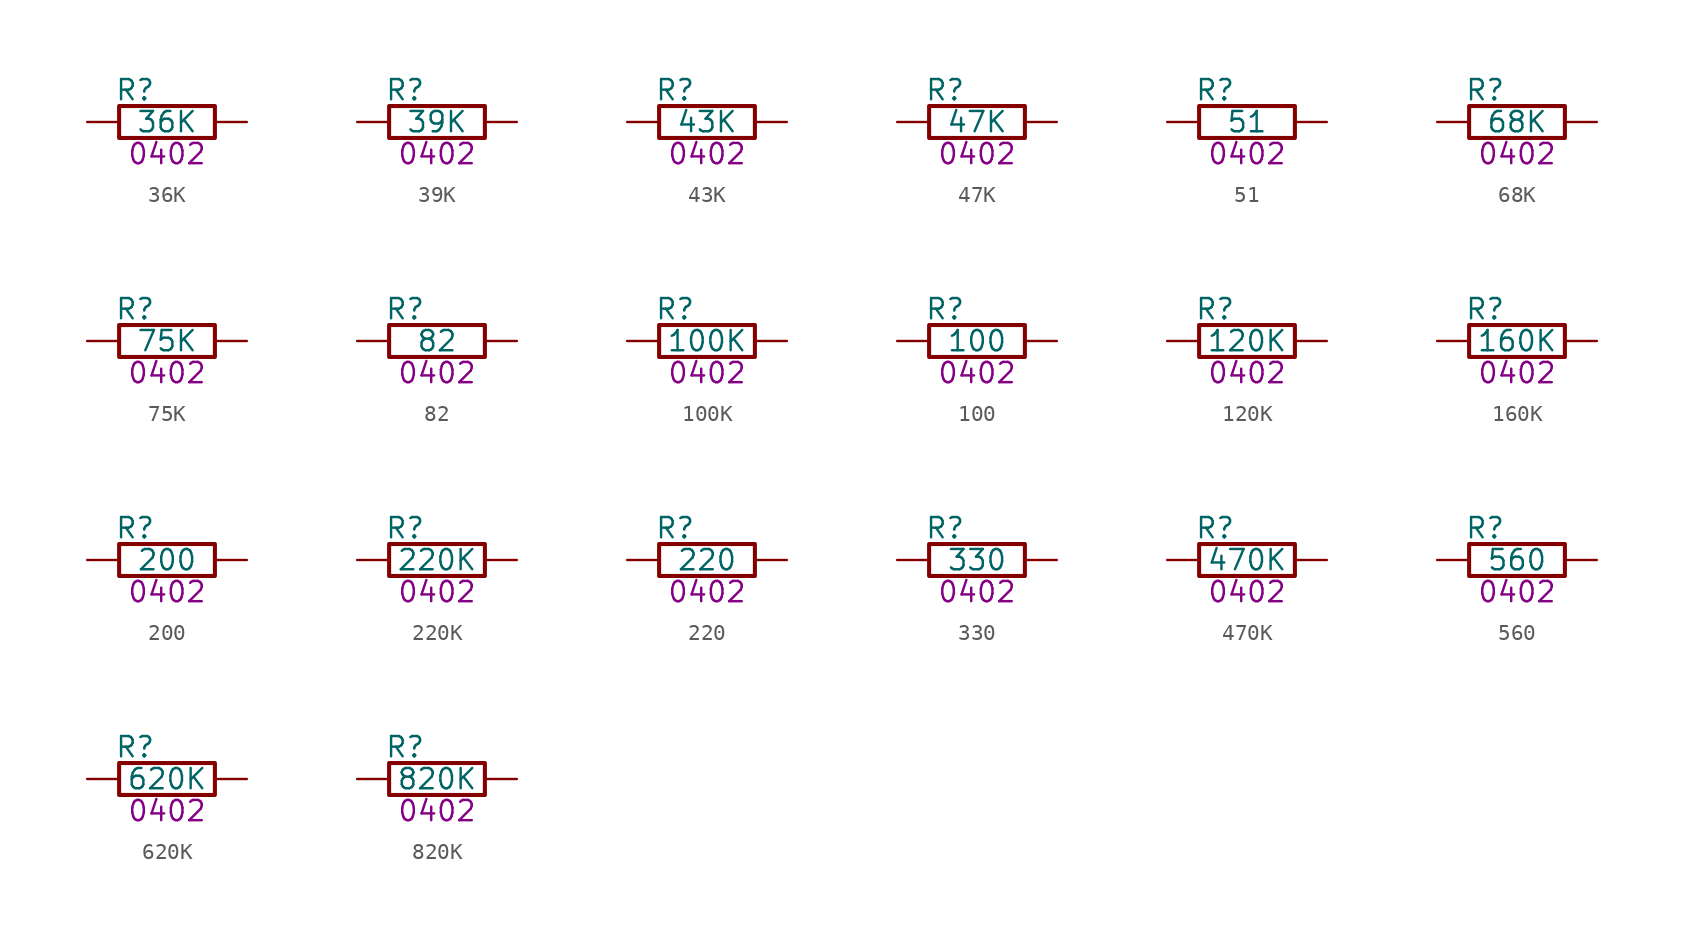
<source format=kicad_sym>
(kicad_symbol_lib
  (version 20211014)
  (generator kicad_symbol_editor)
  (symbol "36K"
    (pin_numbers hide)
    (pin_names hide)
    (property "Reference" "R"
      (at -2 1 0)
      (effects (font (size 1.27 1.27))))
    (property "Value" "36K"
      (at 0 -1 0)
      (effects (font (size 1.27 1.27))))
    (property "Size" "0402"
      (at 0 -3 0)
      (effects (font (size 1.27 1.27))))
    (symbol "36K_0_1"
      (rectangle (start -3 0) (end 3 -2) (stroke (width 0.254) (type default) (color 0 0 0 0)) (fill (type none))))
    (symbol "36K_1_1"
      (pin passive line (at -5 -1 0) (length 2) (name "~" (effects (font (size 1.27 1.27)))) (number "1" (effects (font (size 1.27 1.27)))))
      (pin passive line (at 5 -1 180) (length 2) (name "~" (effects (font (size 1.27 1.27)))) (number "2" (effects (font (size 1.27 1.27)))))))
  (symbol "39K"
    (pin_numbers hide)
    (pin_names hide)
    (property "Reference" "R"
      (at -2 1 0)
      (effects (font (size 1.27 1.27))))
    (property "Value" "39K"
      (at 0 -1 0)
      (effects (font (size 1.27 1.27))))
    (property "Size" "0402"
      (at 0 -3 0)
      (effects (font (size 1.27 1.27))))
    (symbol "39K_0_1"
      (rectangle (start -3 0) (end 3 -2) (stroke (width 0.254) (type default) (color 0 0 0 0)) (fill (type none))))
    (symbol "39K_1_1"
      (pin passive line (at -5 -1 0) (length 2) (name "~" (effects (font (size 1.27 1.27)))) (number "1" (effects (font (size 1.27 1.27)))))
      (pin passive line (at 5 -1 180) (length 2) (name "~" (effects (font (size 1.27 1.27)))) (number "2" (effects (font (size 1.27 1.27)))))))
  (symbol "43K"
    (pin_numbers hide)
    (pin_names hide)
    (property "Reference" "R"
      (at -2 1 0)
      (effects (font (size 1.27 1.27))))
    (property "Value" "43K"
      (at 0 -1 0)
      (effects (font (size 1.27 1.27))))
    (property "Size" "0402"
      (at 0 -3 0)
      (effects (font (size 1.27 1.27))))
    (symbol "43K_0_1"
      (rectangle (start -3 0) (end 3 -2) (stroke (width 0.254) (type default) (color 0 0 0 0)) (fill (type none))))
    (symbol "43K_1_1"
      (pin passive line (at -5 -1 0) (length 2) (name "~" (effects (font (size 1.27 1.27)))) (number "1" (effects (font (size 1.27 1.27)))))
      (pin passive line (at 5 -1 180) (length 2) (name "~" (effects (font (size 1.27 1.27)))) (number "2" (effects (font (size 1.27 1.27)))))))
  (symbol "47K"
    (pin_numbers hide)
    (pin_names hide)
    (property "Reference" "R"
      (at -2 1 0)
      (effects (font (size 1.27 1.27))))
    (property "Value" "47K"
      (at 0 -1 0)
      (effects (font (size 1.27 1.27))))
    (property "Size" "0402"
      (at 0 -3 0)
      (effects (font (size 1.27 1.27))))
    (symbol "47K_0_1"
      (rectangle (start -3 0) (end 3 -2) (stroke (width 0.254) (type default) (color 0 0 0 0)) (fill (type none))))
    (symbol "47K_1_1"
      (pin passive line (at -5 -1 0) (length 2) (name "~" (effects (font (size 1.27 1.27)))) (number "1" (effects (font (size 1.27 1.27)))))
      (pin passive line (at 5 -1 180) (length 2) (name "~" (effects (font (size 1.27 1.27)))) (number "2" (effects (font (size 1.27 1.27)))))))
  (symbol "51"
    (pin_numbers hide)
    (pin_names hide)
    (property "Reference" "R"
      (at -2 1 0)
      (effects (font (size 1.27 1.27))))
    (property "Value" "51"
      (at 0 -1 0)
      (effects (font (size 1.27 1.27))))
    (property "Size" "0402"
      (at 0 -3 0)
      (effects (font (size 1.27 1.27))))
    (symbol "51_0_1"
      (rectangle (start -3 0) (end 3 -2) (stroke (width 0.254) (type default) (color 0 0 0 0)) (fill (type none))))
    (symbol "51_1_1"
      (pin passive line (at -5 -1 0) (length 2) (name "~" (effects (font (size 1.27 1.27)))) (number "1" (effects (font (size 1.27 1.27)))))
      (pin passive line (at 5 -1 180) (length 2) (name "~" (effects (font (size 1.27 1.27)))) (number "2" (effects (font (size 1.27 1.27)))))))
  (symbol "68K"
    (pin_numbers hide)
    (pin_names hide)
    (property "Reference" "R"
      (at -2 1 0)
      (effects (font (size 1.27 1.27))))
    (property "Value" "68K"
      (at 0 -1 0)
      (effects (font (size 1.27 1.27))))
    (property "Size" "0402"
      (at 0 -3 0)
      (effects (font (size 1.27 1.27))))
    (symbol "68K_0_1"
      (rectangle (start -3 0) (end 3 -2) (stroke (width 0.254) (type default) (color 0 0 0 0)) (fill (type none))))
    (symbol "68K_1_1"
      (pin passive line (at -5 -1 0) (length 2) (name "~" (effects (font (size 1.27 1.27)))) (number "1" (effects (font (size 1.27 1.27)))))
      (pin passive line (at 5 -1 180) (length 2) (name "~" (effects (font (size 1.27 1.27)))) (number "2" (effects (font (size 1.27 1.27)))))))
  (symbol "75K"
    (pin_numbers hide)
    (pin_names hide)
    (property "Reference" "R"
      (at -2 1 0)
      (effects (font (size 1.27 1.27))))
    (property "Value" "75K"
      (at 0 -1 0)
      (effects (font (size 1.27 1.27))))
    (property "Size" "0402"
      (at 0 -3 0)
      (effects (font (size 1.27 1.27))))
    (symbol "75K_0_1"
      (rectangle (start -3 0) (end 3 -2) (stroke (width 0.254) (type default) (color 0 0 0 0)) (fill (type none))))
    (symbol "75K_1_1"
      (pin passive line (at -5 -1 0) (length 2) (name "~" (effects (font (size 1.27 1.27)))) (number "1" (effects (font (size 1.27 1.27)))))
      (pin passive line (at 5 -1 180) (length 2) (name "~" (effects (font (size 1.27 1.27)))) (number "2" (effects (font (size 1.27 1.27)))))))
  (symbol "82"
    (pin_numbers hide)
    (pin_names hide)
    (property "Reference" "R"
      (at -2 1 0)
      (effects (font (size 1.27 1.27))))
    (property "Value" "82"
      (at 0 -1 0)
      (effects (font (size 1.27 1.27))))
    (property "Size" "0402"
      (at 0 -3 0)
      (effects (font (size 1.27 1.27))))
    (symbol "82_0_1"
      (rectangle (start -3 0) (end 3 -2) (stroke (width 0.254) (type default) (color 0 0 0 0)) (fill (type none))))
    (symbol "82_1_1"
      (pin passive line (at -5 -1 0) (length 2) (name "~" (effects (font (size 1.27 1.27)))) (number "1" (effects (font (size 1.27 1.27)))))
      (pin passive line (at 5 -1 180) (length 2) (name "~" (effects (font (size 1.27 1.27)))) (number "2" (effects (font (size 1.27 1.27)))))))
  (symbol "100K"
    (pin_numbers hide)
    (pin_names hide)
    (property "Reference" "R"
      (at -2 1 0)
      (effects (font (size 1.27 1.27))))
    (property "Value" "100K"
      (at 0 -1 0)
      (effects (font (size 1.27 1.27))))
    (property "Size" "0402"
      (at 0 -3 0)
      (effects (font (size 1.27 1.27))))
    (symbol "100K_0_1"
      (rectangle (start -3 0) (end 3 -2) (stroke (width 0.254) (type default) (color 0 0 0 0)) (fill (type none))))
    (symbol "100K_1_1"
      (pin passive line (at -5 -1 0) (length 2) (name "~" (effects (font (size 1.27 1.27)))) (number "1" (effects (font (size 1.27 1.27)))))
      (pin passive line (at 5 -1 180) (length 2) (name "~" (effects (font (size 1.27 1.27)))) (number "2" (effects (font (size 1.27 1.27)))))))
  (symbol "100"
    (pin_numbers hide)
    (pin_names hide)
    (property "Reference" "R"
      (at -2 1 0)
      (effects (font (size 1.27 1.27))))
    (property "Value" "100"
      (at 0 -1 0)
      (effects (font (size 1.27 1.27))))
    (property "Size" "0402"
      (at 0 -3 0)
      (effects (font (size 1.27 1.27))))
    (symbol "100_0_1"
      (rectangle (start -3 0) (end 3 -2) (stroke (width 0.254) (type default) (color 0 0 0 0)) (fill (type none))))
    (symbol "100_1_1"
      (pin passive line (at -5 -1 0) (length 2) (name "~" (effects (font (size 1.27 1.27)))) (number "1" (effects (font (size 1.27 1.27)))))
      (pin passive line (at 5 -1 180) (length 2) (name "~" (effects (font (size 1.27 1.27)))) (number "2" (effects (font (size 1.27 1.27)))))))
  (symbol "120K"
    (pin_numbers hide)
    (pin_names hide)
    (property "Reference" "R"
      (at -2 1 0)
      (effects (font (size 1.27 1.27))))
    (property "Value" "120K"
      (at 0 -1 0)
      (effects (font (size 1.27 1.27))))
    (property "Size" "0402"
      (at 0 -3 0)
      (effects (font (size 1.27 1.27))))
    (symbol "120K_0_1"
      (rectangle (start -3 0) (end 3 -2) (stroke (width 0.254) (type default) (color 0 0 0 0)) (fill (type none))))
    (symbol "120K_1_1"
      (pin passive line (at -5 -1 0) (length 2) (name "~" (effects (font (size 1.27 1.27)))) (number "1" (effects (font (size 1.27 1.27)))))
      (pin passive line (at 5 -1 180) (length 2) (name "~" (effects (font (size 1.27 1.27)))) (number "2" (effects (font (size 1.27 1.27)))))))
  (symbol "160K"
    (pin_numbers hide)
    (pin_names hide)
    (property "Reference" "R"
      (at -2 1 0)
      (effects (font (size 1.27 1.27))))
    (property "Value" "160K"
      (at 0 -1 0)
      (effects (font (size 1.27 1.27))))
    (property "Size" "0402"
      (at 0 -3 0)
      (effects (font (size 1.27 1.27))))
    (symbol "160K_0_1"
      (rectangle (start -3 0) (end 3 -2) (stroke (width 0.254) (type default) (color 0 0 0 0)) (fill (type none))))
    (symbol "160K_1_1"
      (pin passive line (at -5 -1 0) (length 2) (name "~" (effects (font (size 1.27 1.27)))) (number "1" (effects (font (size 1.27 1.27)))))
      (pin passive line (at 5 -1 180) (length 2) (name "~" (effects (font (size 1.27 1.27)))) (number "2" (effects (font (size 1.27 1.27)))))))
  (symbol "200"
    (pin_numbers hide)
    (pin_names hide)
    (property "Reference" "R"
      (at -2 1 0)
      (effects (font (size 1.27 1.27))))
    (property "Value" "200"
      (at 0 -1 0)
      (effects (font (size 1.27 1.27))))
    (property "Size" "0402"
      (at 0 -3 0)
      (effects (font (size 1.27 1.27))))
    (symbol "200_0_1"
      (rectangle (start -3 0) (end 3 -2) (stroke (width 0.254) (type default) (color 0 0 0 0)) (fill (type none))))
    (symbol "200_1_1"
      (pin passive line (at -5 -1 0) (length 2) (name "~" (effects (font (size 1.27 1.27)))) (number "1" (effects (font (size 1.27 1.27)))))
      (pin passive line (at 5 -1 180) (length 2) (name "~" (effects (font (size 1.27 1.27)))) (number "2" (effects (font (size 1.27 1.27)))))))
  (symbol "220K"
    (pin_numbers hide)
    (pin_names hide)
    (property "Reference" "R"
      (at -2 1 0)
      (effects (font (size 1.27 1.27))))
    (property "Value" "220K"
      (at 0 -1 0)
      (effects (font (size 1.27 1.27))))
    (property "Size" "0402"
      (at 0 -3 0)
      (effects (font (size 1.27 1.27))))
    (symbol "220K_0_1"
      (rectangle (start -3 0) (end 3 -2) (stroke (width 0.254) (type default) (color 0 0 0 0)) (fill (type none))))
    (symbol "220K_1_1"
      (pin passive line (at -5 -1 0) (length 2) (name "~" (effects (font (size 1.27 1.27)))) (number "1" (effects (font (size 1.27 1.27)))))
      (pin passive line (at 5 -1 180) (length 2) (name "~" (effects (font (size 1.27 1.27)))) (number "2" (effects (font (size 1.27 1.27)))))))
  (symbol "220"
    (pin_numbers hide)
    (pin_names hide)
    (property "Reference" "R"
      (at -2 1 0)
      (effects (font (size 1.27 1.27))))
    (property "Value" "220"
      (at 0 -1 0)
      (effects (font (size 1.27 1.27))))
    (property "Size" "0402"
      (at 0 -3 0)
      (effects (font (size 1.27 1.27))))
    (symbol "220_0_1"
      (rectangle (start -3 0) (end 3 -2) (stroke (width 0.254) (type default) (color 0 0 0 0)) (fill (type none))))
    (symbol "220_1_1"
      (pin passive line (at -5 -1 0) (length 2) (name "~" (effects (font (size 1.27 1.27)))) (number "1" (effects (font (size 1.27 1.27)))))
      (pin passive line (at 5 -1 180) (length 2) (name "~" (effects (font (size 1.27 1.27)))) (number "2" (effects (font (size 1.27 1.27)))))))
  (symbol "330"
    (pin_numbers hide)
    (pin_names hide)
    (property "Reference" "R"
      (at -2 1 0)
      (effects (font (size 1.27 1.27))))
    (property "Value" "330"
      (at 0 -1 0)
      (effects (font (size 1.27 1.27))))
    (property "Size" "0402"
      (at 0 -3 0)
      (effects (font (size 1.27 1.27))))
    (symbol "330_0_1"
      (rectangle (start -3 0) (end 3 -2) (stroke (width 0.254) (type default) (color 0 0 0 0)) (fill (type none))))
    (symbol "330_1_1"
      (pin passive line (at -5 -1 0) (length 2) (name "~" (effects (font (size 1.27 1.27)))) (number "1" (effects (font (size 1.27 1.27)))))
      (pin passive line (at 5 -1 180) (length 2) (name "~" (effects (font (size 1.27 1.27)))) (number "2" (effects (font (size 1.27 1.27)))))))
  (symbol "470K"
    (pin_numbers hide)
    (pin_names hide)
    (property "Reference" "R"
      (at -2 1 0)
      (effects (font (size 1.27 1.27))))
    (property "Value" "470K"
      (at 0 -1 0)
      (effects (font (size 1.27 1.27))))
    (property "Size" "0402"
      (at 0 -3 0)
      (effects (font (size 1.27 1.27))))
    (symbol "470K_0_1"
      (rectangle (start -3 0) (end 3 -2) (stroke (width 0.254) (type default) (color 0 0 0 0)) (fill (type none))))
    (symbol "470K_1_1"
      (pin passive line (at -5 -1 0) (length 2) (name "~" (effects (font (size 1.27 1.27)))) (number "1" (effects (font (size 1.27 1.27)))))
      (pin passive line (at 5 -1 180) (length 2) (name "~" (effects (font (size 1.27 1.27)))) (number "2" (effects (font (size 1.27 1.27)))))))
  (symbol "560"
    (pin_numbers hide)
    (pin_names hide)
    (property "Reference" "R"
      (at -2 1 0)
      (effects (font (size 1.27 1.27))))
    (property "Value" "560"
      (at 0 -1 0)
      (effects (font (size 1.27 1.27))))
    (property "Size" "0402"
      (at 0 -3 0)
      (effects (font (size 1.27 1.27))))
    (symbol "560_0_1"
      (rectangle (start -3 0) (end 3 -2) (stroke (width 0.254) (type default) (color 0 0 0 0)) (fill (type none))))
    (symbol "560_1_1"
      (pin passive line (at -5 -1 0) (length 2) (name "~" (effects (font (size 1.27 1.27)))) (number "1" (effects (font (size 1.27 1.27)))))
      (pin passive line (at 5 -1 180) (length 2) (name "~" (effects (font (size 1.27 1.27)))) (number "2" (effects (font (size 1.27 1.27)))))))
  (symbol "620K"
    (pin_numbers hide)
    (pin_names hide)
    (property "Reference" "R"
      (at -2 1 0)
      (effects (font (size 1.27 1.27))))
    (property "Value" "620K"
      (at 0 -1 0)
      (effects (font (size 1.27 1.27))))
    (property "Size" "0402"
      (at 0 -3 0)
      (effects (font (size 1.27 1.27))))
    (symbol "620K_0_1"
      (rectangle (start -3 0) (end 3 -2) (stroke (width 0.254) (type default) (color 0 0 0 0)) (fill (type none))))
    (symbol "620K_1_1"
      (pin passive line (at -5 -1 0) (length 2) (name "~" (effects (font (size 1.27 1.27)))) (number "1" (effects (font (size 1.27 1.27)))))
      (pin passive line (at 5 -1 180) (length 2) (name "~" (effects (font (size 1.27 1.27)))) (number "2" (effects (font (size 1.27 1.27)))))))
  (symbol "820K"
    (pin_numbers hide)
    (pin_names hide)
    (property "Reference" "R"
      (at -2 1 0)
      (effects (font (size 1.27 1.27))))
    (property "Value" "820K"
      (at 0 -1 0)
      (effects (font (size 1.27 1.27))))
    (property "Size" "0402"
      (at 0 -3 0)
      (effects (font (size 1.27 1.27))))
    (symbol "820K_0_1"
      (rectangle (start -3 0) (end 3 -2) (stroke (width 0.254) (type default) (color 0 0 0 0)) (fill (type none))))
    (symbol "820K_1_1"
      (pin passive line (at -5 -1 0) (length 2) (name "~" (effects (font (size 1.27 1.27)))) (number "1" (effects (font (size 1.27 1.27)))))
      (pin passive line (at 5 -1 180) (length 2) (name "~" (effects (font (size 1.27 1.27)))) (number "2" (effects (font (size 1.27 1.27))))))))
</source>
